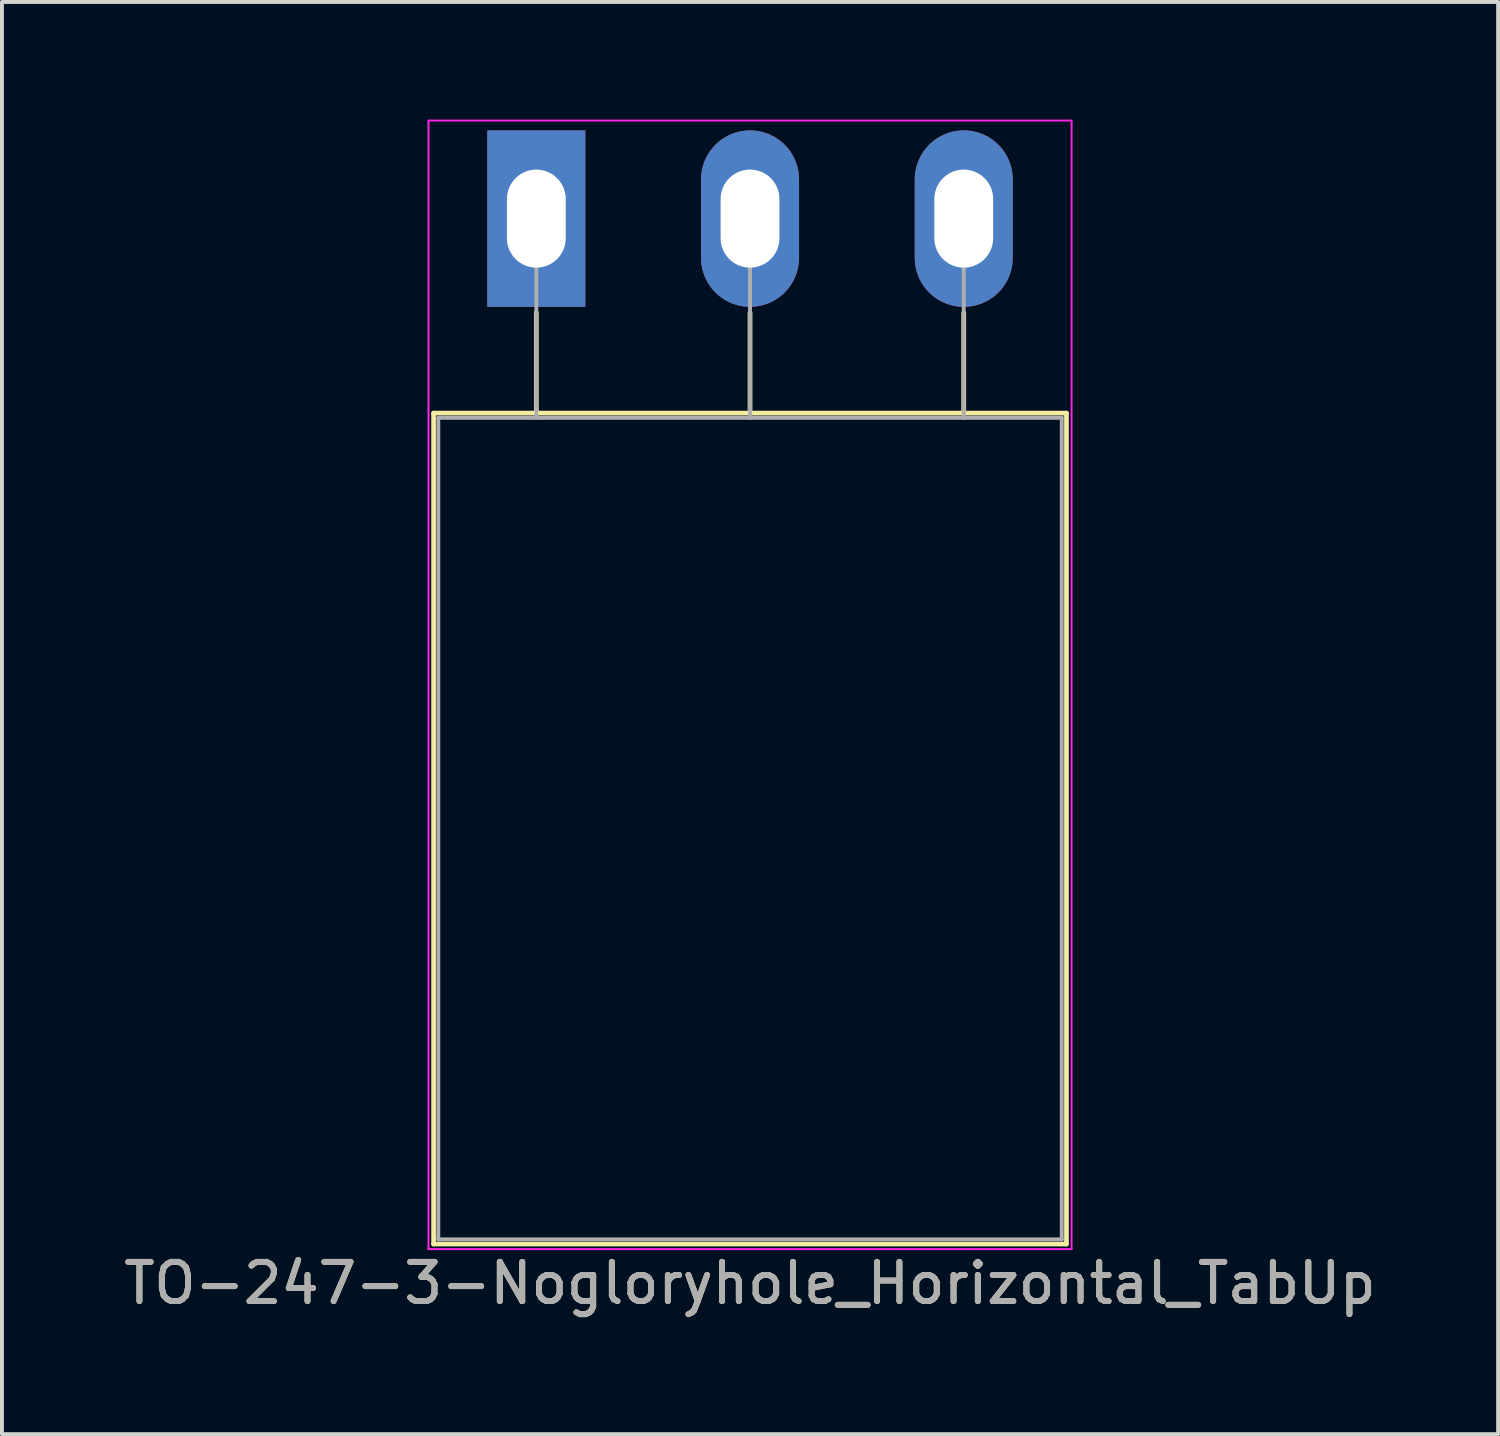
<source format=kicad_pcb>
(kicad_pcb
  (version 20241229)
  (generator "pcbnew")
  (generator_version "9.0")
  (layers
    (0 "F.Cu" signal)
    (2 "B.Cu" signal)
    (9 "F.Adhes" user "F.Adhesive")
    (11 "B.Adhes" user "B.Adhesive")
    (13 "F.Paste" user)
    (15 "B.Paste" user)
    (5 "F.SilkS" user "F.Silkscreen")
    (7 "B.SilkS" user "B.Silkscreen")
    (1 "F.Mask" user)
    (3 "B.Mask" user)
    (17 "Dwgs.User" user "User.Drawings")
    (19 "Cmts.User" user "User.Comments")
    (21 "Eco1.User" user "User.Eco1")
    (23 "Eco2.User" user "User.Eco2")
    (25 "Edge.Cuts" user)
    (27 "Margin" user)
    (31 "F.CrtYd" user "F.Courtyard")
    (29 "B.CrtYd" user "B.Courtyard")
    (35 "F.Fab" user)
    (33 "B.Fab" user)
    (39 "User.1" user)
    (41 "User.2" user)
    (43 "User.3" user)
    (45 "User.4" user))
  (footprint "TO-247-3-Nogloryhole_Horizontal_TabUp"
    (layer "F.Cu")
    (at 10.627 2.525)
    (property "Reference" "TO-247-3-Nogloryhole_Horizontal_TabUp" (at 5.45 27.15 0) (layer "F.SilkS") (effects (font (size 1 1) (thickness 0.15))))
    (attr through_hole)
    (fp_line (start -2.62 4.96) (end -2.62 26.15) (stroke (width 0.12) (type solid)) (layer "F.SilkS"))
    (fp_line (start -2.62 4.96) (end 13.52 4.96) (stroke (width 0.12) (type solid)) (layer "F.SilkS"))
    (fp_line (start -2.62 26.15) (end 13.52 26.15) (stroke (width 0.12) (type solid)) (layer "F.SilkS"))
    (fp_line (start 0 2.4) (end 0 4.96) (stroke (width 0.12) (type solid)) (layer "F.SilkS"))
    (fp_line (start 5.45 2.4) (end 5.45 4.96) (stroke (width 0.12) (type solid)) (layer "F.SilkS"))
    (fp_line (start 10.9 2.4) (end 10.9 4.96) (stroke (width 0.12) (type solid)) (layer "F.SilkS"))
    (fp_line (start 13.52 4.96) (end 13.52 26.15) (stroke (width 0.12) (type solid)) (layer "F.SilkS"))
    (fp_line (start -2.75 -2.5) (end -2.75 26.28) (stroke (width 0.05) (type solid)) (layer "F.CrtYd"))
    (fp_line (start -2.75 26.28) (end 13.65 26.28) (stroke (width 0.05) (type solid)) (layer "F.CrtYd"))
    (fp_line (start 13.65 -2.5) (end -2.75 -2.5) (stroke (width 0.05) (type solid)) (layer "F.CrtYd"))
    (fp_line (start 13.65 26.28) (end 13.65 -2.5) (stroke (width 0.05) (type solid)) (layer "F.CrtYd"))
    (fp_line (start -2.5 5.08) (end -2.5 26.03) (stroke (width 0.1) (type solid)) (layer "F.Fab"))
    (fp_line (start -2.5 26.03) (end 13.4 26.03) (stroke (width 0.1) (type solid)) (layer "F.Fab"))
    (fp_line (start 0 5.08) (end 0 0) (stroke (width 0.1) (type solid)) (layer "F.Fab"))
    (fp_line (start 5.45 5.08) (end 5.45 0) (stroke (width 0.1) (type solid)) (layer "F.Fab"))
    (fp_line (start 10.9 5.08) (end 10.9 0) (stroke (width 0.1) (type solid)) (layer "F.Fab"))
    (fp_line (start 13.4 5.08) (end -2.5 5.08) (stroke (width 0.1) (type solid)) (layer "F.Fab"))
    (fp_line (start 13.4 26.03) (end 13.4 5.08) (stroke (width 0.1) (type solid)) (layer "F.Fab"))
    (fp_text user "${REFERENCE}" (at 5.45 27.15 0) (layer "F.Fab") (effects (font (size 1 1) (thickness 0.15))))
    (pad "1" thru_hole rect (at 0 0) (size 2.5 4.5) (drill oval 1.5 2.5) (layers "*.Cu" "*.Mask"))
    (pad "2" thru_hole oval (at 5.45 0) (size 2.5 4.5) (drill oval 1.5 2.5) (layers "*.Cu" "*.Mask"))
    (pad "3" thru_hole oval (at 10.9 0) (size 2.5 4.5) (drill oval 1.5 2.5) (layers "*.Cu" "*.Mask")))
  (gr_rect
    (start -3 -3)
    (end 35.155 33.523)
    (stroke (width 0.1) (type default))
    (fill no)
    (layer "Edge.Cuts")))
</source>
